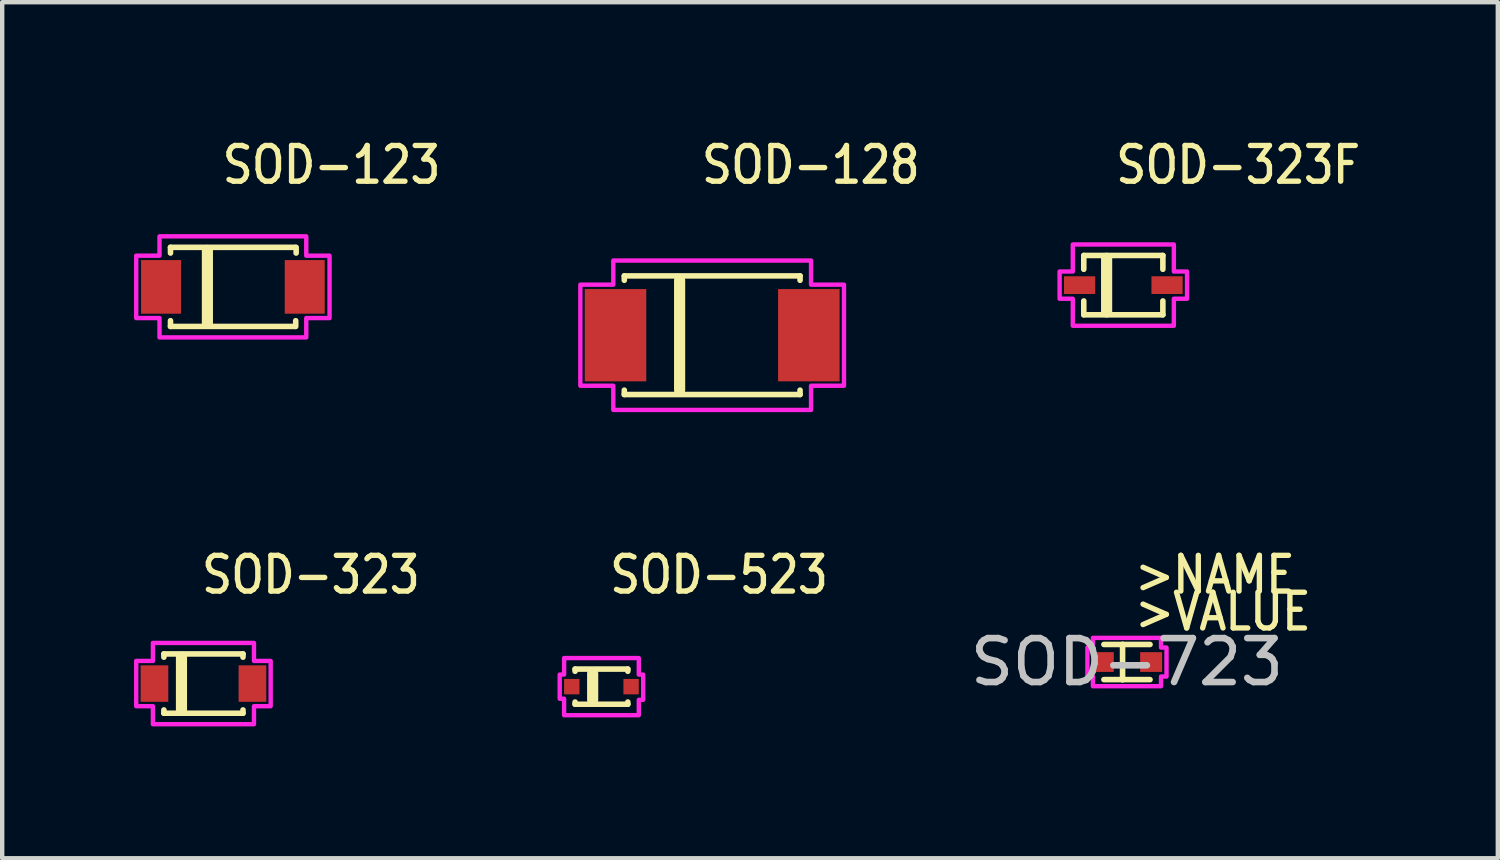
<source format=kicad_pcb>
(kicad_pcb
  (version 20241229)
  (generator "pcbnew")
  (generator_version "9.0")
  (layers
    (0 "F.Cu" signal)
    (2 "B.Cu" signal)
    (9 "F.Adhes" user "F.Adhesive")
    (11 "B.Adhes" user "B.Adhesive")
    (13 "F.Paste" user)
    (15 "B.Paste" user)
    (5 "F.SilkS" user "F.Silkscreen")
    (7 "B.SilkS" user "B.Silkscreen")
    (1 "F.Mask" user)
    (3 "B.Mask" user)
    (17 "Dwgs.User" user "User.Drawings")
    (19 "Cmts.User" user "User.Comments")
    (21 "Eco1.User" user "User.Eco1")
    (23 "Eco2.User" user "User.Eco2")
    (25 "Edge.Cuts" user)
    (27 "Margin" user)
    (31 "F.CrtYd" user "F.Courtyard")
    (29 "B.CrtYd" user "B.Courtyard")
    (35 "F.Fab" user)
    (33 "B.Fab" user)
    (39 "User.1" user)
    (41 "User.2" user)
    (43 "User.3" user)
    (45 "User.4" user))
  (footprint "SOD-128"
    (layer "F.Cu")
    (at 13.158 4.579)
    (property "Reference" "SOD-128" (at -0.3 -3.4 0) (unlocked yes) (layer "F.SilkS") (effects (font (size 0.813 0.695) (thickness 0.122)) (justify left bottom)))
    (fp_line (start -2 -1.35) (end 2 -1.35) (stroke (width 0.127) (type solid)) (layer "F.SilkS"))
    (fp_line (start -2 -1.25) (end -2 -1.35) (stroke (width 0.127) (type solid)) (layer "F.SilkS"))
    (fp_line (start -2 1.25) (end -2 1.35) (stroke (width 0.127) (type solid)) (layer "F.SilkS"))
    (fp_line (start -2 1.35) (end 2 1.35) (stroke (width 0.127) (type solid)) (layer "F.SilkS"))
    (fp_line (start -0.741 -1.25) (end -0.741 1.25) (stroke (width 0.254) (type solid)) (layer "F.SilkS"))
    (fp_line (start 2 -1.25) (end 2 -1.35) (stroke (width 0.127) (type solid)) (layer "F.SilkS"))
    (fp_line (start 2 1.35) (end 2 1.25) (stroke (width 0.127) (type solid)) (layer "F.SilkS"))
    (fp_poly (pts (xy -3 -1.15) (xy -2.25 -1.15) (xy -2.25 -1.7) (xy 2.25 -1.7) (xy 2.25 -1.15) (xy 3 -1.15) (xy 3 1.15) (xy 2.25 1.15) (xy 2.25 1.7) (xy -2.25 1.7) (xy -2.25 1.15) (xy -3 1.15)) (stroke (width 0.1) (type solid)) (fill no) (layer "F.CrtYd"))
    (pad "ANODE" smd rect (at 2.2 0) (size 1.4 2.1) (layers "F.Cu" "F.Mask" "F.Paste"))
    (pad "CATHODE" smd rect (at -2.2 0) (size 1.4 2.1) (layers "F.Cu" "F.Mask" "F.Paste")))
  (footprint "SOD-123"
    (layer "F.Cu")
    (at 2.25 3.479)
    (property "Reference" "SOD-123" (at -0.3 -2.3 0) (unlocked yes) (layer "F.SilkS") (effects (font (size 0.813 0.695) (thickness 0.122)) (justify left bottom)))
    (fp_line (start -1.42 -0.9) (end -1.42 -0.77) (stroke (width 0.127) (type solid)) (layer "F.SilkS"))
    (fp_line (start -1.42 -0.9) (end 1.42 -0.9) (stroke (width 0.127) (type solid)) (layer "F.SilkS"))
    (fp_line (start -1.42 0.9) (end -1.42 0.77) (stroke (width 0.127) (type solid)) (layer "F.SilkS"))
    (fp_line (start -1.42 0.9) (end 1.42 0.9) (stroke (width 0.127) (type solid)) (layer "F.SilkS"))
    (fp_line (start -0.58 -0.83) (end -0.58 0.83) (stroke (width 0.254) (type solid)) (layer "F.SilkS"))
    (fp_line (start 1.43 0.9) (end 1.43 0.77) (stroke (width 0.127) (type solid)) (layer "F.SilkS"))
    (fp_line (start 1.44 -0.9) (end 1.44 -0.77) (stroke (width 0.127) (type solid)) (layer "F.SilkS"))
    (fp_poly (pts (xy -2.2 0.71) (xy -2.2 -0.71) (xy -1.67 -0.71) (xy -1.67 -1.15) (xy 1.67 -1.15) (xy 1.67 -0.71) (xy 2.2 -0.71) (xy 2.2 0.71) (xy 1.67 0.71) (xy 1.67 1.15) (xy -1.67 1.15) (xy -1.67 0.71)) (stroke (width 0.1) (type solid)) (fill no) (layer "F.CrtYd"))
    (pad "ANODE" smd rect (at 1.635 0) (size 0.91 1.22) (layers "F.Cu" "F.Mask" "F.Paste"))
    (pad "CATHODE" smd rect (at -1.635 0) (size 0.91 1.22) (layers "F.Cu" "F.Mask" "F.Paste")))
  (footprint "SOD-523"
    (layer "F.Cu")
    (at 10.638 12.577)
    (property "Reference" "SOD-523" (at 0.13 -2.07 0) (unlocked yes) (layer "F.SilkS") (effects (font (size 0.813 0.695) (thickness 0.122)) (justify left bottom)))
    (fp_line (start -0.6 -0.4) (end -0.6 -0.35) (stroke (width 0.127) (type solid)) (layer "F.SilkS"))
    (fp_line (start -0.6 0.4) (end -0.6 0.35) (stroke (width 0.127) (type solid)) (layer "F.SilkS"))
    (fp_line (start -0.2 -0.3) (end -0.2 0.3) (stroke (width 0.254) (type solid)) (layer "F.SilkS"))
    (fp_line (start 0.6 -0.4) (end -0.6 -0.4) (stroke (width 0.127) (type solid)) (layer "F.SilkS"))
    (fp_line (start 0.6 -0.4) (end 0.6 -0.35) (stroke (width 0.127) (type solid)) (layer "F.SilkS"))
    (fp_line (start 0.6 0.4) (end -0.6 0.4) (stroke (width 0.127) (type solid)) (layer "F.SilkS"))
    (fp_line (start 0.6 0.4) (end 0.6 0.35) (stroke (width 0.127) (type solid)) (layer "F.SilkS"))
    (fp_poly (pts (xy -0.95 -0.275) (xy -0.95 0.275) (xy -0.85 0.275) (xy -0.85 0.65) (xy 0.85 0.65) (xy 0.85 0.3) (xy 0.95 0.3) (xy 0.95 -0.275) (xy 0.85 -0.275) (xy 0.85 -0.65) (xy -0.85 -0.65) (xy -0.85 -0.275)) (stroke (width 0.1) (type solid)) (fill no) (layer "F.CrtYd"))
    (pad "ANODE" smd rect (at 0.675 0 270) (size 0.35 0.35) (layers "F.Cu" "F.Mask" "F.Paste"))
    (pad "CATHODE" smd rect (at -0.675 0 270) (size 0.35 0.35) (layers "F.Cu" "F.Mask" "F.Paste")))
  (footprint "SOD-723"
    (layer "F.Cu")
    (at 22.598 12.017)
    (property "Reference" "SOD-723" (at 0 0 0) (layer "Dwgs.User") (effects (font (size 1 1) (thickness 0.15))))
    (fp_line (start -0.525 -0.4) (end -0.1 -0.4) (stroke (width 0.127) (type solid)) (layer "F.SilkS"))
    (fp_line (start -0.525 0.4) (end -0.1 0.4) (stroke (width 0.127) (type solid)) (layer "F.SilkS"))
    (fp_line (start -0.1 -0.4) (end -0.1 0.4) (stroke (width 0.127) (type solid)) (layer "F.SilkS"))
    (fp_line (start -0.1 -0.4) (end 0.525 -0.4) (stroke (width 0.127) (type solid)) (layer "F.SilkS"))
    (fp_line (start -0.1 0.4) (end 0.525 0.4) (stroke (width 0.127) (type solid)) (layer "F.SilkS"))
    (fp_poly (pts (xy -0.9 0.33) (xy -0.9 -0.33) (xy -0.775 -0.33) (xy -0.775 -0.55) (xy 0.775 -0.55) (xy 0.775 -0.33) (xy 0.9 -0.33) (xy 0.9 0.33) (xy 0.775 0.33) (xy 0.775 0.55) (xy -0.775 0.55) (xy -0.775 0.33)) (stroke (width 0.1) (type solid)) (fill no) (layer "F.CrtYd"))
    (fp_text user ">NAME" (at 0.12 -1.51 0) (unlocked yes) (layer "F.SilkS") (effects (font (size 0.813 0.695) (thickness 0.122)) (justify left bottom)))
    (fp_text user ">VALUE" (at 0.12 -0.67 0) (unlocked yes) (layer "F.SilkS") (effects (font (size 0.813 0.695) (thickness 0.122)) (justify left bottom)))
    (pad "ANODE" smd rect (at 0.55 0) (size 0.5 0.45) (layers "F.Cu" "F.Mask" "F.Paste"))
    (pad "CATHODE" smd rect (at -0.55 0) (size 0.5 0.45) (layers "F.Cu" "F.Mask" "F.Paste")))
  (footprint "SOD-323"
    (layer "F.Cu")
    (at 1.58 12.507)
    (property "Reference" "SOD-323" (at -0.1 -2 0) (unlocked yes) (layer "F.SilkS") (effects (font (size 0.813 0.695) (thickness 0.122)) (justify left bottom)))
    (fp_line (start -0.9 -0.675) (end -0.9 -0.6) (stroke (width 0.127) (type solid)) (layer "F.SilkS"))
    (fp_line (start -0.9 -0.675) (end 0.9 -0.675) (stroke (width 0.127) (type solid)) (layer "F.SilkS"))
    (fp_line (start -0.9 0.675) (end -0.9 0.6) (stroke (width 0.127) (type solid)) (layer "F.SilkS"))
    (fp_line (start -0.5 -0.6) (end -0.5 0.6) (stroke (width 0.254) (type solid)) (layer "F.SilkS"))
    (fp_line (start 0.9 -0.675) (end 0.9 -0.6) (stroke (width 0.127) (type solid)) (layer "F.SilkS"))
    (fp_line (start 0.9 0.675) (end -0.9 0.675) (stroke (width 0.127) (type solid)) (layer "F.SilkS"))
    (fp_line (start 0.9 0.675) (end 0.9 0.6) (stroke (width 0.127) (type solid)) (layer "F.SilkS"))
    (fp_poly (pts (xy -1.53 -0.515) (xy -1.15 -0.515) (xy -1.15 -0.925) (xy 1.15 -0.925) (xy 1.15 -0.515) (xy 1.53 -0.515) (xy 1.53 0.515) (xy 1.15 0.515) (xy 1.15 0.925) (xy -1.15 0.925) (xy -1.15 0.515) (xy -1.53 0.515)) (stroke (width 0.1) (type solid)) (fill no) (layer "F.CrtYd"))
    (pad "ANODE" smd rect (at 1.115 0) (size 0.63 0.83) (layers "F.Cu" "F.Mask" "F.Paste"))
    (pad "CATHODE" smd rect (at -1.115 0) (size 0.63 0.83) (layers "F.Cu" "F.Mask" "F.Paste")))
  (footprint "SOD-323F"
    (layer "F.Cu")
    (at 22.515 3.439)
    (property "Reference" "SOD-323F" (at -0.23 -2.26 0) (unlocked yes) (layer "F.SilkS") (effects (font (size 0.813 0.695) (thickness 0.122)) (justify left bottom)))
    (fp_line (start -0.9 -0.675) (end -0.9 -0.36) (stroke (width 0.127) (type solid)) (layer "F.SilkS"))
    (fp_line (start -0.9 -0.675) (end 0.9 -0.675) (stroke (width 0.127) (type solid)) (layer "F.SilkS"))
    (fp_line (start -0.9 0.675) (end -0.9 0.36) (stroke (width 0.127) (type solid)) (layer "F.SilkS"))
    (fp_line (start -0.9 0.675) (end 0.9 0.675) (stroke (width 0.127) (type solid)) (layer "F.SilkS"))
    (fp_line (start -0.38 -0.61) (end -0.38 0.61) (stroke (width 0.254) (type solid)) (layer "F.SilkS"))
    (fp_line (start 0.9 -0.675) (end 0.9 -0.36) (stroke (width 0.127) (type solid)) (layer "F.SilkS"))
    (fp_line (start 0.9 0.675) (end 0.9 0.36) (stroke (width 0.127) (type solid)) (layer "F.SilkS"))
    (fp_poly (pts (xy -1.45 -0.31) (xy -1.15 -0.31) (xy -1.15 -0.925) (xy 1.15 -0.925) (xy 1.15 -0.31) (xy 1.45 -0.31) (xy 1.45 0.31) (xy 1.15 0.31) (xy 1.15 0.925) (xy -1.15 0.925) (xy -1.15 0.31) (xy -1.45 0.31)) (stroke (width 0.1) (type solid)) (fill no) (layer "F.CrtYd"))
    (pad "ANODE" smd rect (at 0.995 0) (size 0.71 0.403) (layers "F.Cu" "F.Mask" "F.Paste"))
    (pad "CATHODE" smd rect (at -0.995 0) (size 0.71 0.403) (layers "F.Cu" "F.Mask" "F.Paste")))
  (gr_rect
    (start -3 -3)
    (end 31.038 16.482)
    (stroke (width 0.1) (type default))
    (fill no)
    (layer "Edge.Cuts")))
</source>
